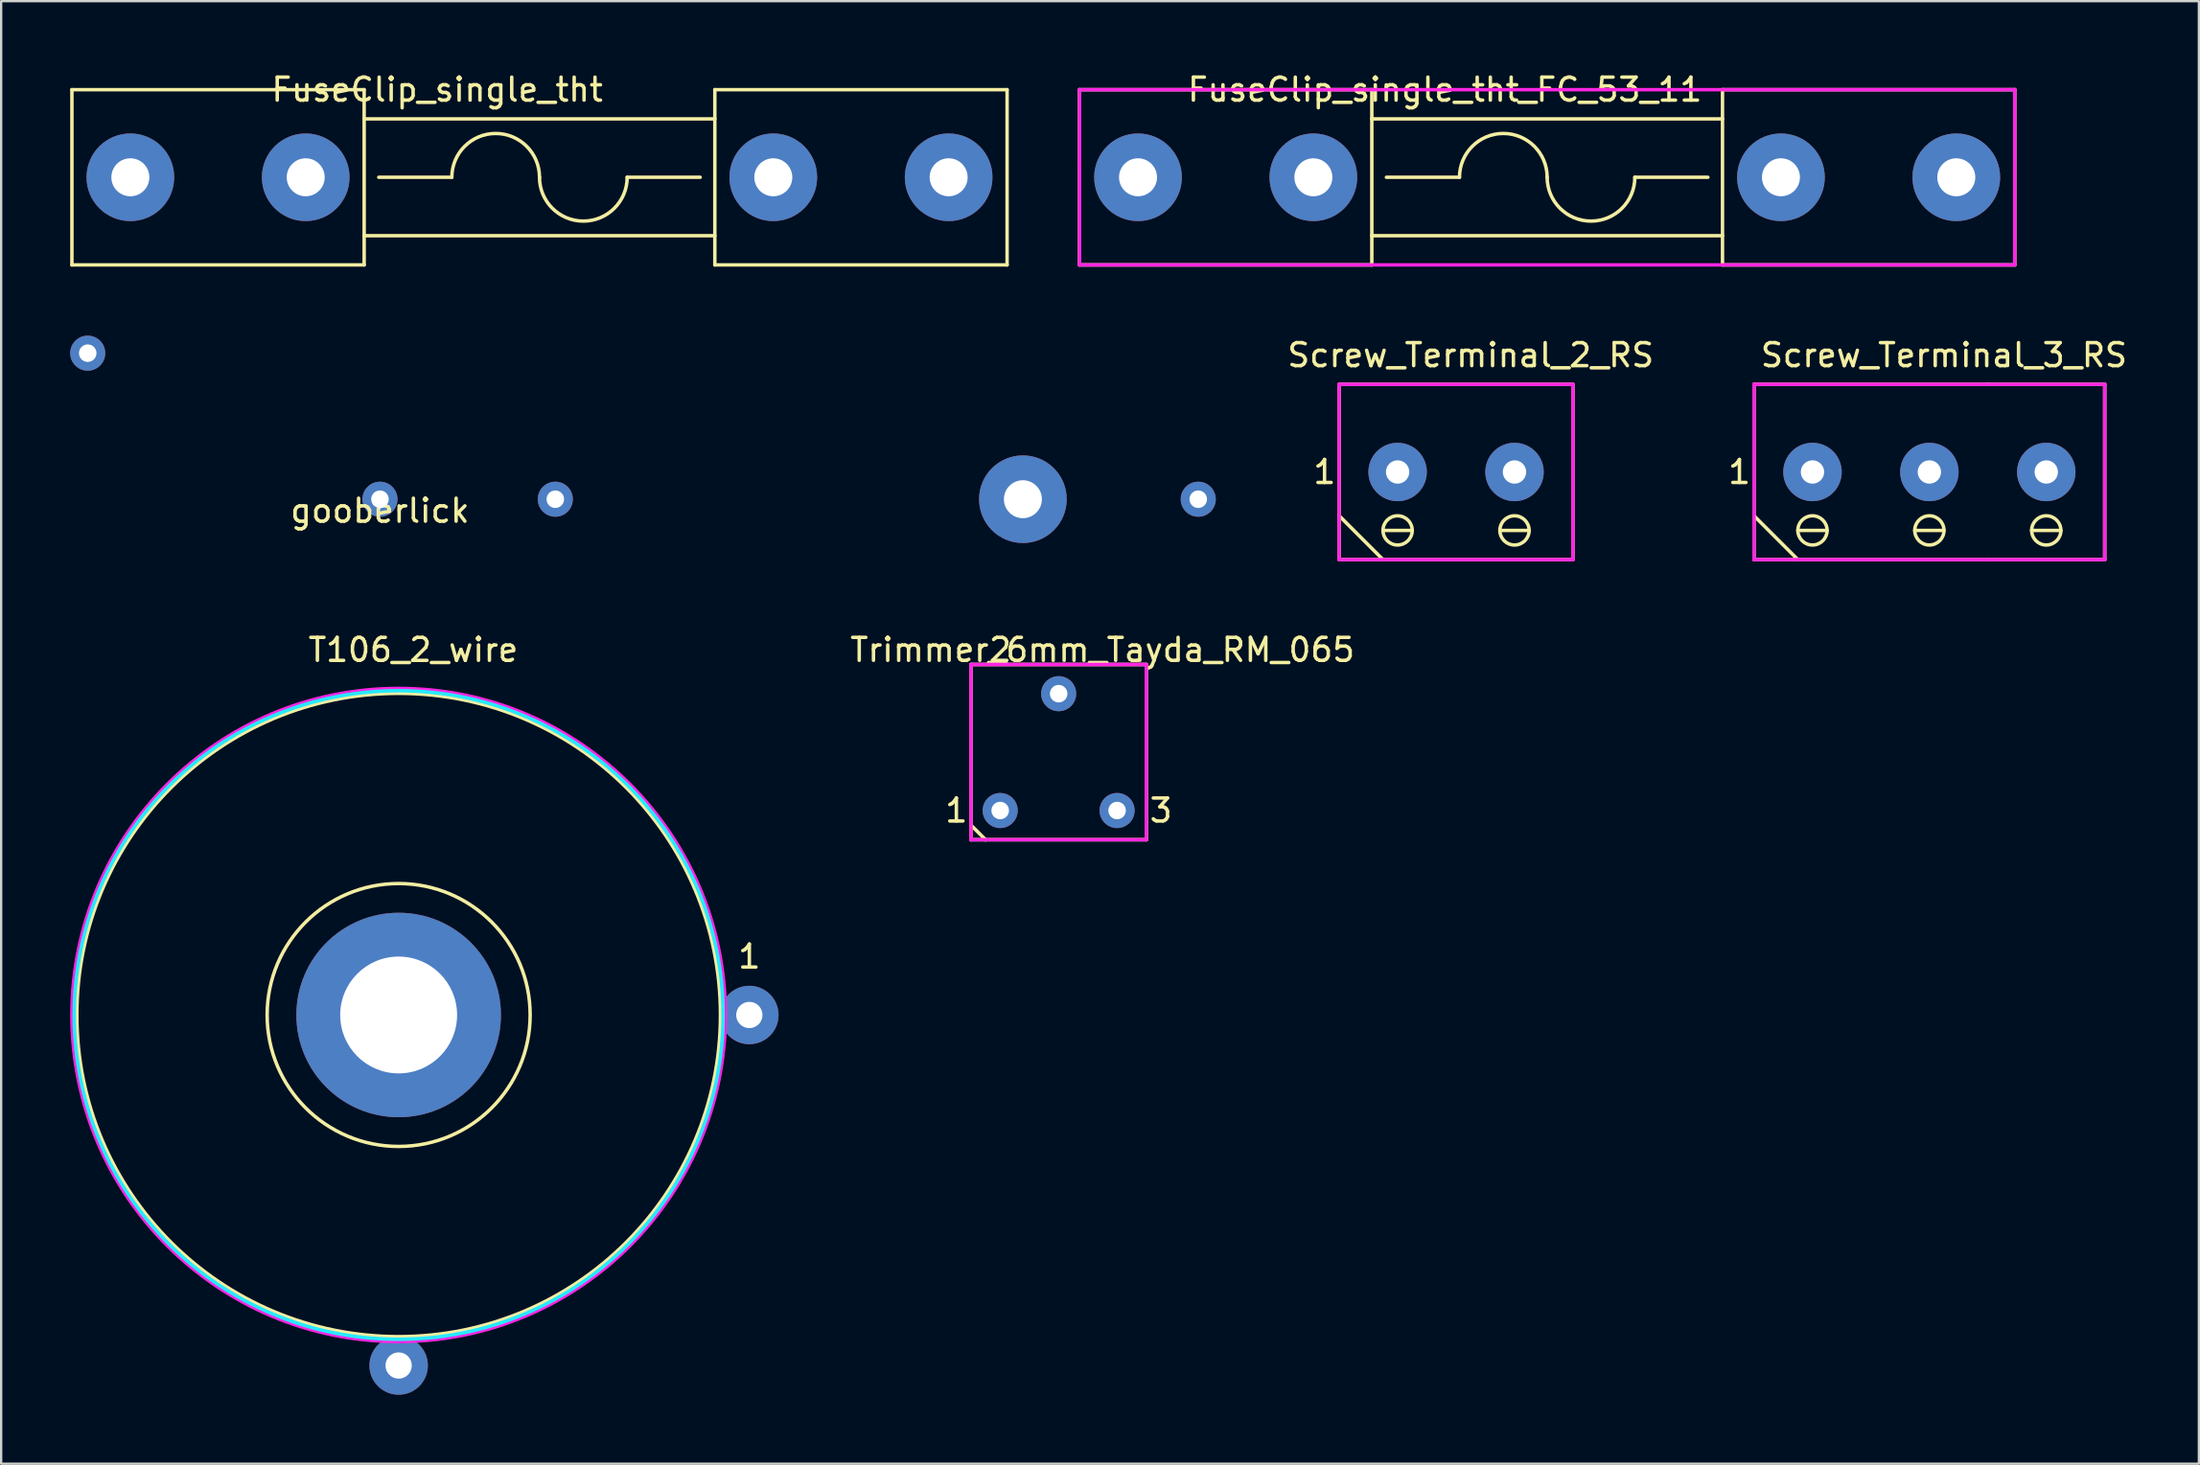
<source format=kicad_pcb>
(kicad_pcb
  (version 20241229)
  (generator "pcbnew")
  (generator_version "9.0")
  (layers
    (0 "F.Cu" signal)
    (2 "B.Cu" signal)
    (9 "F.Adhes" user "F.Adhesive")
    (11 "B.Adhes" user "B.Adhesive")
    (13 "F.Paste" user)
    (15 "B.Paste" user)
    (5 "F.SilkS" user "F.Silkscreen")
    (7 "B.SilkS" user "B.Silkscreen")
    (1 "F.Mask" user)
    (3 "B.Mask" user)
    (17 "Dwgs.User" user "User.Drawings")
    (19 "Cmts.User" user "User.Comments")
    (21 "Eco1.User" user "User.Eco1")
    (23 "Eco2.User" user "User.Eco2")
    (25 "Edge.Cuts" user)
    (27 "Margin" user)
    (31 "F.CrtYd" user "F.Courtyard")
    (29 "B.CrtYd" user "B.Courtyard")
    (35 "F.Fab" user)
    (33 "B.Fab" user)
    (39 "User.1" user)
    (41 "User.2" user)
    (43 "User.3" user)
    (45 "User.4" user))
  (footprint "T106_2_wire"
    (layer "F.Cu")
    (at 14.274 41.08)
    (property "Reference" "T106_2_wire" (at 0.635 -15.875 0) (layer "F.SilkS") (effects (font (size 1 1) (thickness 0.15))))
    (attr through_hole)
    (fp_circle (center 0 0) (end 5.715 0) (stroke (width 0.15) (type solid)) (fill no) (layer "F.SilkS"))
    (fp_circle (center 0 0) (end 13.97 0.635) (stroke (width 0.15) (type solid)) (fill no) (layer "F.SilkS"))
    (fp_circle (center 0 0) (end 13.97 1.905) (stroke (width 0.15) (type solid)) (fill no) (layer "B.CrtYd"))
    (fp_circle (center 0 0) (end 13.97 2.54) (stroke (width 0.15) (type solid)) (fill no) (layer "F.CrtYd"))
    (fp_text user "1" (at 15.24 -2.54 0) (layer "F.SilkS") (effects (font (size 1 1) (thickness 0.15))))
    (pad "1" thru_hole circle (at 15.24 0) (size 2.54 2.54) (drill 1.143) (layers "*.Cu" "*.Mask"))
    (pad "2" thru_hole circle (at 0 15.24) (size 2.54 2.54) (drill 1.143) (layers "*.Cu" "*.Mask"))
    (pad "3" thru_hole circle (at 0 0) (size 8.89 8.89) (drill 5.08) (layers "*.Cu" "*.Mask")))
  (footprint "Screw_Terminal_3_RS"
    (layer "F.Cu")
    (at 75.715 17.471)
    (property "Reference" "Screw_Terminal_3_RS" (at 5.715 -5.08 0) (layer "F.SilkS") (effects (font (size 1 1) (thickness 0.15))))
    (attr through_hole)
    (fp_line (start -2.54 1.905) (end -2.54 -3.81) (stroke (width 0.15) (type solid)) (layer "F.SilkS"))
    (fp_line (start -2.54 1.905) (end -2.54 3.81) (stroke (width 0.15) (type solid)) (layer "F.SilkS"))
    (fp_line (start -2.54 1.905) (end -0.635 3.81) (stroke (width 0.15) (type solid)) (layer "F.SilkS"))
    (fp_line (start -2.54 3.81) (end -0.635 3.81) (stroke (width 0.15) (type solid)) (layer "F.SilkS"))
    (fp_line (start -0.635 2.54) (end 0.635 2.54) (stroke (width 0.15) (type solid)) (layer "F.SilkS"))
    (fp_line (start -0.635 3.81) (end 7.62 3.81) (stroke (width 0.15) (type solid)) (layer "F.SilkS"))
    (fp_line (start 4.445 2.54) (end 5.715 2.54) (stroke (width 0.15) (type solid)) (layer "F.SilkS"))
    (fp_line (start 7.62 -3.81) (end -2.54 -3.81) (stroke (width 0.15) (type solid)) (layer "F.SilkS"))
    (fp_line (start 7.62 -3.81) (end 12.7 -3.81) (stroke (width 0.15) (type solid)) (layer "F.SilkS"))
    (fp_line (start 9.525 2.54) (end 10.795 2.54) (stroke (width 0.15) (type solid)) (layer "F.SilkS"))
    (fp_line (start 12.7 -3.81) (end 12.7 3.81) (stroke (width 0.15) (type solid)) (layer "F.SilkS"))
    (fp_line (start 12.7 3.81) (end 7.62 3.81) (stroke (width 0.15) (type solid)) (layer "F.SilkS"))
    (fp_circle (center 0 2.54) (end 0.635 2.54) (stroke (width 0.15) (type solid)) (fill no) (layer "F.SilkS"))
    (fp_circle (center 5.08 2.54) (end 5.715 2.54) (stroke (width 0.15) (type solid)) (fill no) (layer "F.SilkS"))
    (fp_circle (center 10.16 2.54) (end 10.795 2.54) (stroke (width 0.15) (type solid)) (fill no) (layer "F.SilkS"))
    (fp_line (start -2.54 -3.81) (end 12.7 -3.81) (stroke (width 0.15) (type solid)) (layer "F.CrtYd"))
    (fp_line (start -2.54 3.81) (end -2.54 -3.81) (stroke (width 0.15) (type solid)) (layer "F.CrtYd"))
    (fp_line (start 12.7 -3.81) (end 12.7 3.81) (stroke (width 0.15) (type solid)) (layer "F.CrtYd"))
    (fp_line (start 12.7 3.81) (end -2.54 3.81) (stroke (width 0.15) (type solid)) (layer "F.CrtYd"))
    (fp_text user "1" (at -3.175 0 0) (layer "F.SilkS") (effects (font (size 1 1) (thickness 0.15))))
    (pad "1" thru_hole circle (at 0 0) (size 2.54 2.54) (drill 1.016) (layers "*.Cu" "*.Mask"))
    (pad "2" thru_hole circle (at 5.08 0) (size 2.54 2.54) (drill 1.016) (layers "*.Cu" "*.Mask"))
    (pad "3" thru_hole circle (at 10.16 0) (size 2.54 2.54) (drill 1.016) (layers "*.Cu" "*.Mask")))
  (footprint "Trimmer_6mm_Tayda_RM_065"
    (layer "F.Cu")
    (at 40.416 32.19)
    (property "Reference" "Trimmer_6mm_Tayda_RM_065" (at 4.445 -6.985 0) (layer "F.SilkS") (effects (font (size 1 1) (thickness 0.15))))
    (attr through_hole)
    (fp_line (start -1.27 -6.35) (end -1.27 1.27) (stroke (width 0.15) (type solid)) (layer "F.SilkS"))
    (fp_line (start -1.27 0.635) (end -0.635 1.27) (stroke (width 0.15) (type solid)) (layer "F.SilkS"))
    (fp_line (start -1.27 1.27) (end -0.635 1.27) (stroke (width 0.15) (type solid)) (layer "F.SilkS"))
    (fp_line (start -0.635 1.27) (end 6.35 1.27) (stroke (width 0.15) (type solid)) (layer "F.SilkS"))
    (fp_line (start 6.35 -6.35) (end -1.27 -6.35) (stroke (width 0.15) (type solid)) (layer "F.SilkS"))
    (fp_line (start 6.35 1.27) (end 6.35 -6.35) (stroke (width 0.15) (type solid)) (layer "F.SilkS"))
    (fp_line (start -1.27 -6.35) (end 6.35 -6.35) (stroke (width 0.15) (type solid)) (layer "F.CrtYd"))
    (fp_line (start -1.27 1.27) (end -1.27 -6.35) (stroke (width 0.15) (type solid)) (layer "F.CrtYd"))
    (fp_line (start 6.35 -6.35) (end 6.35 1.27) (stroke (width 0.15) (type solid)) (layer "F.CrtYd"))
    (fp_line (start 6.35 1.27) (end -1.27 1.27) (stroke (width 0.15) (type solid)) (layer "F.CrtYd"))
    (fp_text user "1" (at -1.905 0 0) (layer "F.SilkS") (effects (font (size 1 1) (thickness 0.15))))
    (fp_text user "2" (at 0 -6.985 0) (layer "F.SilkS") (effects (font (size 1 1) (thickness 0.15))))
    (fp_text user "3" (at 6.985 0 0) (layer "F.SilkS") (effects (font (size 1 1) (thickness 0.15))))
    (pad "1" thru_hole circle (at 0 0) (size 1.524 1.524) (drill 0.762) (layers "*.Cu" "*.Mask"))
    (pad "2" thru_hole circle (at 2.54 -5.08) (size 1.524 1.524) (drill 0.762) (layers "*.Cu" "*.Mask"))
    (pad "3" thru_hole circle (at 5.08 0) (size 1.524 1.524) (drill 0.762) (layers "*.Cu" "*.Mask")))
  (footprint "FuseClip_single_tht_FC_53_11"
    (layer "F.Cu")
    (at 46.405 4.658)
    (property "Reference" "FuseClip_single_tht_FC_53_11" (at 13.335 -3.81 0) (layer "F.SilkS") (effects (font (size 1 1) (thickness 0.15))))
    (attr through_hole)
    (fp_line (start -2.54 -3.81) (end 10.16 -3.81) (stroke (width 0.15) (type solid)) (layer "F.SilkS"))
    (fp_line (start -2.54 3.81) (end -2.54 -3.81) (stroke (width 0.15) (type solid)) (layer "F.SilkS"))
    (fp_line (start 10.16 -3.81) (end 10.16 3.81) (stroke (width 0.15) (type solid)) (layer "F.SilkS"))
    (fp_line (start 10.16 -2.54) (end 25.4 -2.54) (stroke (width 0.15) (type solid)) (layer "F.SilkS"))
    (fp_line (start 10.16 2.54) (end 25.4 2.54) (stroke (width 0.15) (type solid)) (layer "F.SilkS"))
    (fp_line (start 10.16 3.81) (end -2.54 3.81) (stroke (width 0.15) (type solid)) (layer "F.SilkS"))
    (fp_line (start 13.97 0) (end 10.795 0) (stroke (width 0.15) (type solid)) (layer "F.SilkS"))
    (fp_line (start 21.59 0) (end 24.765 0) (stroke (width 0.15) (type solid)) (layer "F.SilkS"))
    (fp_line (start 25.4 -3.81) (end 38.1 -3.81) (stroke (width 0.15) (type solid)) (layer "F.SilkS"))
    (fp_line (start 25.4 3.81) (end 25.4 -3.81) (stroke (width 0.15) (type solid)) (layer "F.SilkS"))
    (fp_line (start 38.1 -3.81) (end 38.1 3.81) (stroke (width 0.15) (type solid)) (layer "F.SilkS"))
    (fp_line (start 38.1 3.81) (end 25.4 3.81) (stroke (width 0.15) (type solid)) (layer "F.SilkS"))
    (fp_arc (start 13.97 0) (mid 15.875 -1.905) (end 17.78 0) (stroke (width 0.15) (type solid)) (layer "F.SilkS"))
    (fp_arc (start 21.59 0) (mid 19.685 1.905) (end 17.78 0) (stroke (width 0.15) (type solid)) (layer "F.SilkS"))
    (fp_line (start -2.54 -3.81) (end 38.1 -3.81) (stroke (width 0.15) (type solid)) (layer "F.CrtYd"))
    (fp_line (start -2.54 -0.635) (end -2.54 -3.81) (stroke (width 0.15) (type solid)) (layer "F.CrtYd"))
    (fp_line (start -2.54 3.81) (end -2.54 -0.635) (stroke (width 0.15) (type solid)) (layer "F.CrtYd"))
    (fp_line (start 38.1 -3.81) (end 38.1 3.81) (stroke (width 0.15) (type solid)) (layer "F.CrtYd"))
    (fp_line (start 38.1 3.81) (end -2.54 3.81) (stroke (width 0.15) (type solid)) (layer "F.CrtYd"))
    (pad "1" thru_hole circle (at 0 0) (size 3.81 3.81) (drill 1.651) (layers "*.Cu" "*.Mask"))
    (pad "2" thru_hole circle (at 27.94 0) (size 3.81 3.81) (drill 1.651) (layers "*.Cu" "*.Mask"))
    (pad "3" thru_hole circle (at 7.62 0) (size 3.81 3.81) (drill 1.651) (layers "*.Cu" "*.Mask"))
    (pad "4" thru_hole circle (at 35.56 0) (size 3.81 3.81) (drill 1.651) (layers "*.Cu" "*.Mask")))
  (footprint "Screw_Terminal_2_RS"
    (layer "F.Cu")
    (at 57.686 17.471)
    (property "Reference" "Screw_Terminal_2_RS" (at 3.175 -5.08 0) (layer "F.SilkS") (effects (font (size 1 1) (thickness 0.15))))
    (attr through_hole)
    (fp_line (start -2.54 1.905) (end -2.54 -3.81) (stroke (width 0.15) (type solid)) (layer "F.SilkS"))
    (fp_line (start -2.54 1.905) (end -2.54 3.81) (stroke (width 0.15) (type solid)) (layer "F.SilkS"))
    (fp_line (start -2.54 1.905) (end -0.635 3.81) (stroke (width 0.15) (type solid)) (layer "F.SilkS"))
    (fp_line (start -2.54 3.81) (end -0.635 3.81) (stroke (width 0.15) (type solid)) (layer "F.SilkS"))
    (fp_line (start -0.635 2.54) (end 0.635 2.54) (stroke (width 0.15) (type solid)) (layer "F.SilkS"))
    (fp_line (start -0.635 3.81) (end 7.62 3.81) (stroke (width 0.15) (type solid)) (layer "F.SilkS"))
    (fp_line (start 4.445 2.54) (end 5.715 2.54) (stroke (width 0.15) (type solid)) (layer "F.SilkS"))
    (fp_line (start 7.62 -3.81) (end -2.54 -3.81) (stroke (width 0.15) (type solid)) (layer "F.SilkS"))
    (fp_line (start 7.62 3.81) (end 7.62 -3.81) (stroke (width 0.15) (type solid)) (layer "F.SilkS"))
    (fp_circle (center 0 2.54) (end 0.635 2.54) (stroke (width 0.15) (type solid)) (fill no) (layer "F.SilkS"))
    (fp_circle (center 5.08 2.54) (end 5.715 2.54) (stroke (width 0.15) (type solid)) (fill no) (layer "F.SilkS"))
    (fp_line (start -2.54 -3.81) (end 7.62 -3.81) (stroke (width 0.15) (type solid)) (layer "F.CrtYd"))
    (fp_line (start -2.54 3.81) (end -2.54 -3.81) (stroke (width 0.15) (type solid)) (layer "F.CrtYd"))
    (fp_line (start 7.62 -3.81) (end 7.62 3.81) (stroke (width 0.15) (type solid)) (layer "F.CrtYd"))
    (fp_line (start 7.62 3.81) (end -2.54 3.81) (stroke (width 0.15) (type solid)) (layer "F.CrtYd"))
    (fp_text user "1" (at -3.175 0 0) (layer "F.SilkS") (effects (font (size 1 1) (thickness 0.15))))
    (pad "1" thru_hole circle (at 0 0) (size 2.54 2.54) (drill 1.016) (layers "*.Cu" "*.Mask"))
    (pad "2" thru_hole circle (at 5.08 0) (size 2.54 2.54) (drill 1.016) (layers "*.Cu" "*.Mask")))
  (footprint "gooberlick"
    (layer "F.Cu")
    (at 13.462 18.655)
    (property "Reference" "gooberlick" (at 0 0.5 0) (layer "F.SilkS") (effects (font (size 1 1) (thickness 0.15))))
    (attr through_hole)
    (pad "1" thru_hole circle (at -12.7 -6.35) (size 1.524 1.524) (drill 0.762) (layers "*.Cu" "*.Mask"))
    (pad "2" thru_hole circle (at 0 0) (size 1.524 1.524) (drill 0.762) (layers "*.Cu" "*.Mask"))
    (pad "3" thru_hole circle (at 7.62 0) (size 1.524 1.524) (drill 0.762) (layers "*.Cu" "*.Mask"))
    (pad "4" thru_hole circle (at 27.94 0) (size 3.81 3.81) (drill 1.651) (layers "*.Cu" "*.Mask"))
    (pad "5" thru_hole circle (at 35.56 0) (size 1.524 1.524) (drill 0.762) (layers "*.Cu" "*.Mask")))
  (footprint "FuseClip_single_tht"
    (layer "F.Cu")
    (at 2.615 4.658)
    (property "Reference" "FuseClip_single_tht" (at 13.335 -3.81 0) (layer "F.SilkS") (effects (font (size 1 1) (thickness 0.15))))
    (attr through_hole)
    (fp_line (start -2.54 -3.81) (end 10.16 -3.81) (stroke (width 0.15) (type solid)) (layer "F.SilkS"))
    (fp_line (start -2.54 3.81) (end -2.54 -3.81) (stroke (width 0.15) (type solid)) (layer "F.SilkS"))
    (fp_line (start 10.16 -3.81) (end 10.16 3.81) (stroke (width 0.15) (type solid)) (layer "F.SilkS"))
    (fp_line (start 10.16 -2.54) (end 25.4 -2.54) (stroke (width 0.15) (type solid)) (layer "F.SilkS"))
    (fp_line (start 10.16 2.54) (end 25.4 2.54) (stroke (width 0.15) (type solid)) (layer "F.SilkS"))
    (fp_line (start 10.16 3.81) (end -2.54 3.81) (stroke (width 0.15) (type solid)) (layer "F.SilkS"))
    (fp_line (start 13.97 0) (end 10.795 0) (stroke (width 0.15) (type solid)) (layer "F.SilkS"))
    (fp_line (start 21.59 0) (end 24.765 0) (stroke (width 0.15) (type solid)) (layer "F.SilkS"))
    (fp_line (start 25.4 -3.81) (end 38.1 -3.81) (stroke (width 0.15) (type solid)) (layer "F.SilkS"))
    (fp_line (start 25.4 3.81) (end 25.4 -3.81) (stroke (width 0.15) (type solid)) (layer "F.SilkS"))
    (fp_line (start 38.1 -3.81) (end 38.1 3.81) (stroke (width 0.15) (type solid)) (layer "F.SilkS"))
    (fp_line (start 38.1 3.81) (end 25.4 3.81) (stroke (width 0.15) (type solid)) (layer "F.SilkS"))
    (fp_arc (start 13.97 0) (mid 15.875 -1.905) (end 17.78 0) (stroke (width 0.15) (type solid)) (layer "F.SilkS"))
    (fp_arc (start 21.59 0) (mid 19.685 1.905) (end 17.78 0) (stroke (width 0.15) (type solid)) (layer "F.SilkS"))
    (pad "1" thru_hole circle (at 0 0) (size 3.81 3.81) (drill 1.651) (layers "*.Cu" "*.Mask"))
    (pad "2" thru_hole circle (at 7.62 0) (size 3.81 3.81) (drill 1.651) (layers "*.Cu" "*.Mask"))
    (pad "3" thru_hole circle (at 27.94 0) (size 3.81 3.81) (drill 1.651) (layers "*.Cu" "*.Mask"))
    (pad "4" thru_hole circle (at 35.56 0) (size 3.81 3.81) (drill 1.651) (layers "*.Cu" "*.Mask")))
  (gr_rect
    (start -3 -3)
    (end 92.507 60.59)
    (stroke (width 0.1) (type default))
    (fill no)
    (layer "Edge.Cuts")))
</source>
